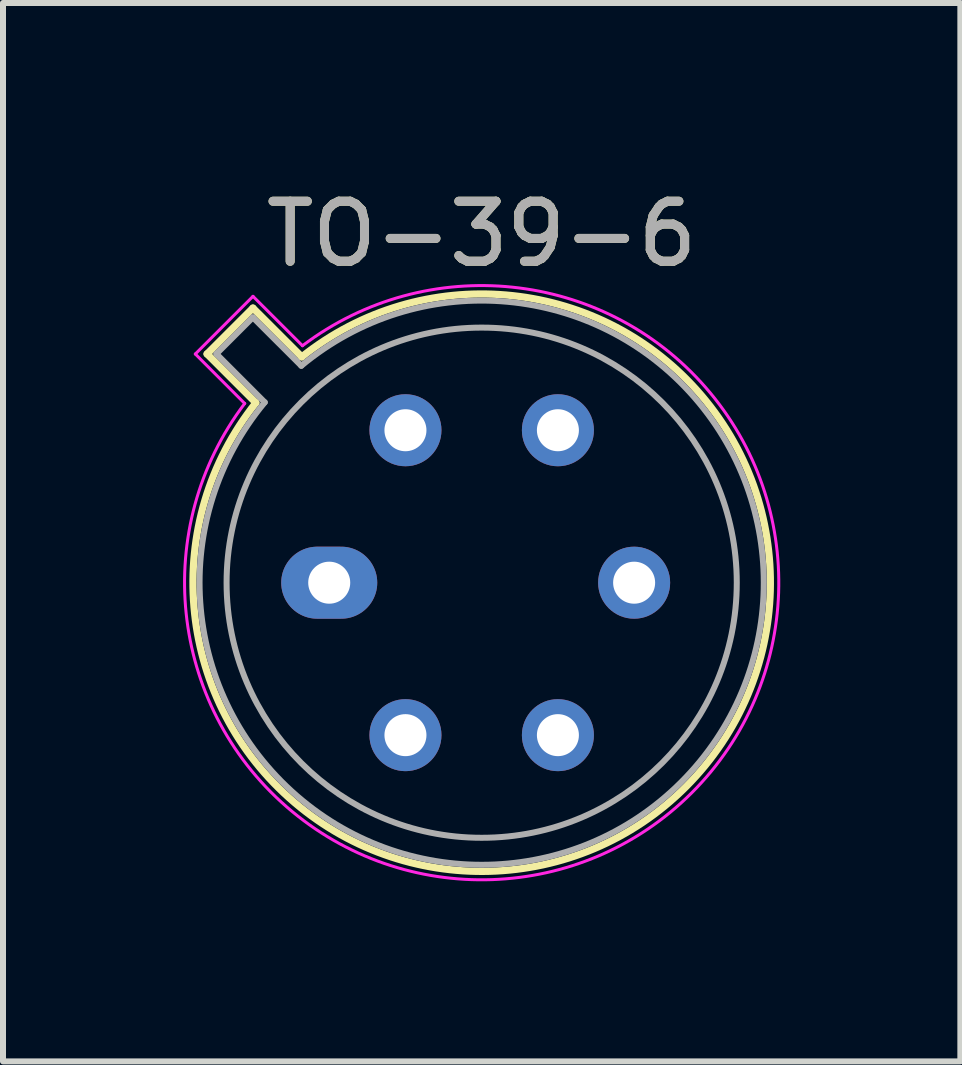
<source format=kicad_pcb>
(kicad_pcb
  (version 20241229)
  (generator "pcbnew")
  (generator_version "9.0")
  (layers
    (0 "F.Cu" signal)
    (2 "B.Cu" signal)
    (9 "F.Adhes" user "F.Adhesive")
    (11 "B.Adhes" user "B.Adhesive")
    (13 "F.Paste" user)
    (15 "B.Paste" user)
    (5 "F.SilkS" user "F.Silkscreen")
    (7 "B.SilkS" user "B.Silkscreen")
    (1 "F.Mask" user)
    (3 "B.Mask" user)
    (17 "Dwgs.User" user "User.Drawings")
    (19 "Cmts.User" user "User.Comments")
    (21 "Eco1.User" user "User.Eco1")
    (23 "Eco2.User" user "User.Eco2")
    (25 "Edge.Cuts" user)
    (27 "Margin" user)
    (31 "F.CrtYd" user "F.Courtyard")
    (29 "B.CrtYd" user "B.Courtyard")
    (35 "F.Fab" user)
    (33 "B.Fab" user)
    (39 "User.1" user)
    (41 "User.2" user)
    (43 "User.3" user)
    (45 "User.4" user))
  (footprint "TO-39-6"
    (layer "F.Cu")
    (at 2.435 6.658)
    (property "Reference" "TO-39-6" (at 2.54 -5.81 180) (layer "F.SilkS") (effects (font (size 1 1) (thickness 0.15))))
    (attr through_hole)
    (fp_line (start -2.035 -3.811) (end -1.222 -2.998) (stroke (width 0.12) (type solid)) (layer "F.SilkS"))
    (fp_line (start -1.271 -4.575) (end -2.035 -3.811) (stroke (width 0.12) (type solid)) (layer "F.SilkS"))
    (fp_line (start -0.458 -3.762) (end -1.271 -4.575) (stroke (width 0.12) (type solid)) (layer "F.SilkS"))
    (fp_arc (start -0.457844 -3.76152) (mid 5.941184 3.401184) (end -1.22152 -2.997844) (stroke (width 0.12) (type solid)) (layer "F.SilkS"))
    (fp_line (start -2.231 -3.81) (end -1.408 -2.986) (stroke (width 0.05) (type solid)) (layer "F.CrtYd"))
    (fp_line (start -1.27 -4.771) (end -2.231 -3.81) (stroke (width 0.05) (type solid)) (layer "F.CrtYd"))
    (fp_line (start -0.446 -3.948) (end -1.27 -4.771) (stroke (width 0.05) (type solid)) (layer "F.CrtYd"))
    (fp_arc (start -0.446162 -3.947827) (mid 6.040179 3.500179) (end -1.407827 -2.986162) (stroke (width 0.05) (type solid)) (layer "F.CrtYd"))
    (fp_line (start -1.88 -3.812) (end -1.074 -3.005) (stroke (width 0.1) (type solid)) (layer "F.Fab"))
    (fp_line (start -1.272 -4.42) (end -1.88 -3.812) (stroke (width 0.1) (type solid)) (layer "F.Fab"))
    (fp_line (start -0.465 -3.614) (end -1.272 -4.42) (stroke (width 0.1) (type solid)) (layer "F.Fab"))
    (fp_arc (start -0.465408 -3.61352) (mid 5.863402 3.323402) (end -1.07352 -3.005408) (stroke (width 0.1) (type solid)) (layer "F.Fab"))
    (fp_circle (center 2.54 0) (end 6.79 0) (stroke (width 0.1) (type solid)) (fill no) (layer "F.Fab"))
    (fp_text user "${REFERENCE}" (at 2.54 -5.81 180) (layer "F.Fab") (effects (font (size 1 1) (thickness 0.15))))
    (pad "1" thru_hole oval (at 0 0) (size 1.6 1.2) (drill 0.7) (layers "*.Cu" "*.Mask"))
    (pad "2" thru_hole circle (at 1.27 2.54) (size 1.2 1.2) (drill 0.7) (layers "*.Cu" "*.Mask"))
    (pad "3" thru_hole circle (at 3.81 2.54) (size 1.2 1.2) (drill 0.7) (layers "*.Cu" "*.Mask"))
    (pad "4" thru_hole circle (at 5.08 0) (size 1.2 1.2) (drill 0.7) (layers "*.Cu" "*.Mask"))
    (pad "5" thru_hole circle (at 3.81 -2.54) (size 1.2 1.2) (drill 0.7) (layers "*.Cu" "*.Mask"))
    (pad "6" thru_hole circle (at 1.27 -2.54) (size 1.2 1.2) (drill 0.7) (layers "*.Cu" "*.Mask")))
  (gr_rect
    (start -3 -3)
    (end 12.95 14.633)
    (stroke (width 0.1) (type default))
    (fill no)
    (layer "Edge.Cuts")))
</source>
